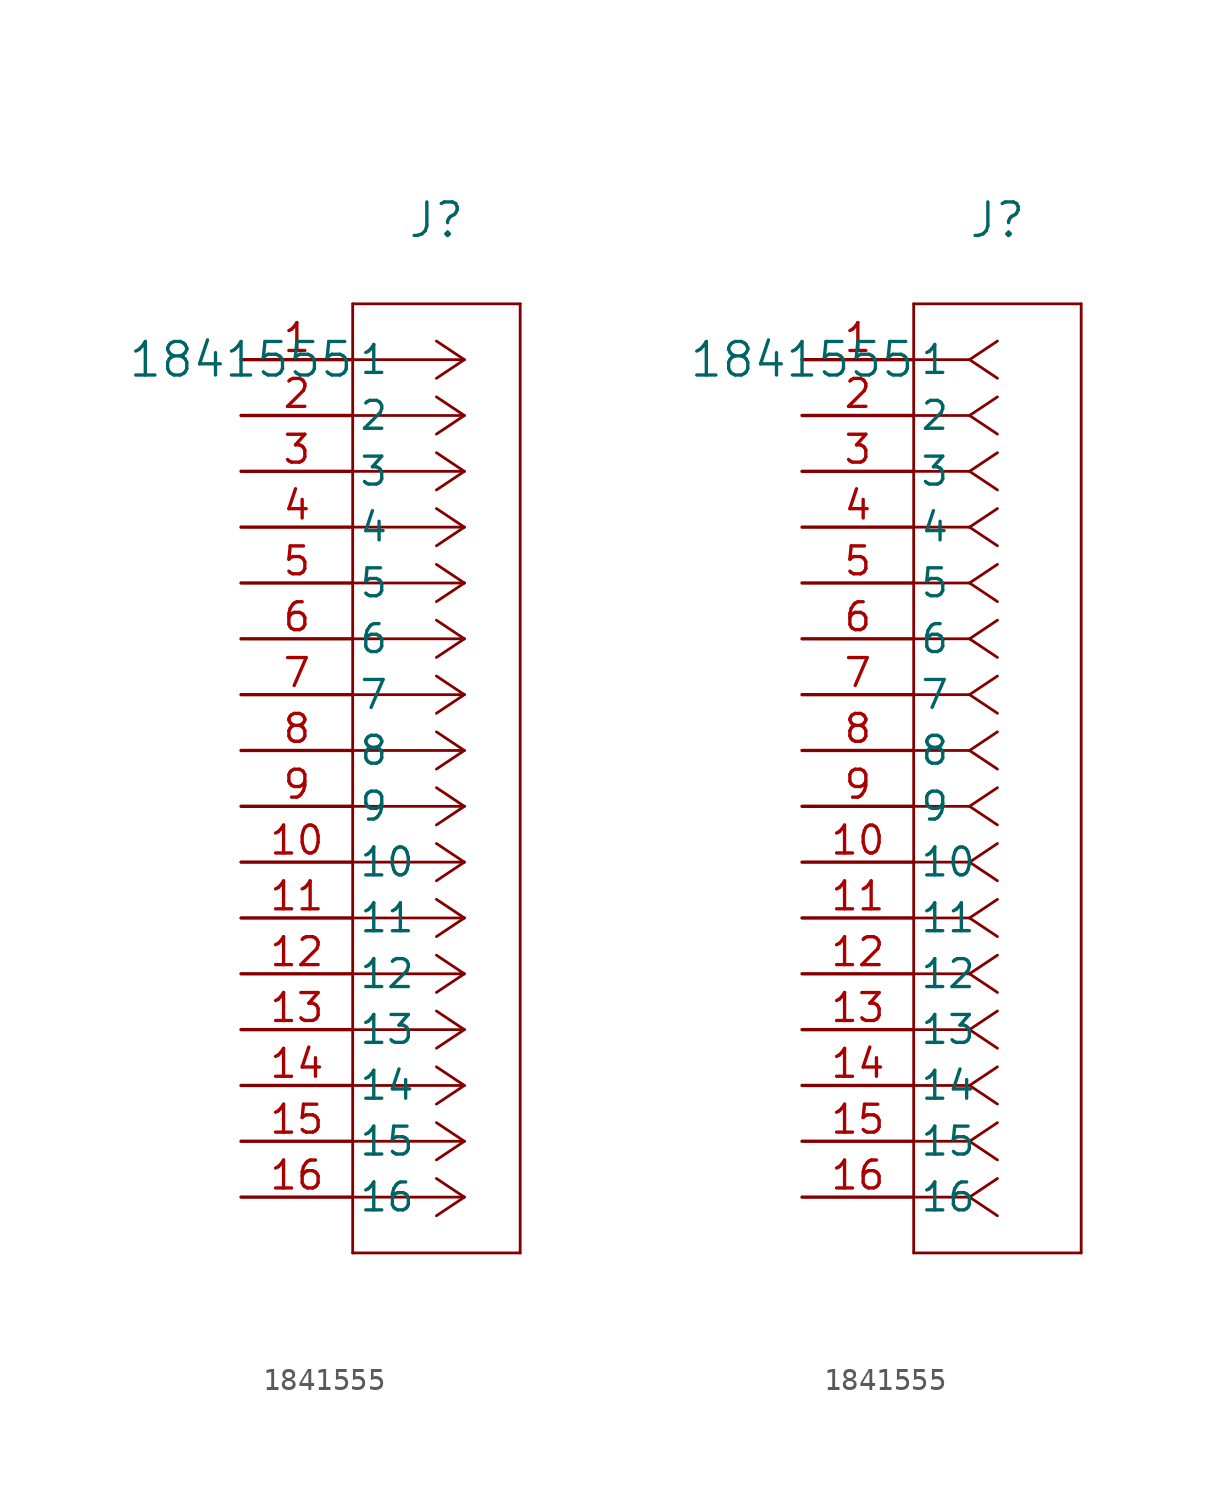
<source format=kicad_sym>
(kicad_symbol_lib
  (version 20211014)
  (generator kicad_symbol_editor)
  (symbol "1841555"
    (pin_names
      (offset 0.254))
    (property "Reference" "J"
      (at 8.89 6.35 0)
      (effects (font (size 1.524 1.524))))
    (property "Value" "1841555"
      (at 0 0 0)
      (effects (font (size 1.524 1.524))))
    (symbol "1841555_1_1"
      (polyline (pts (xy 10.16 0) (xy 5.08 0)) (stroke (width 0.127) (type default) (color 0 0 0 0)) (fill (type none)))
      (polyline (pts (xy 10.16 -2.54) (xy 5.08 -2.54)) (stroke (width 0.127) (type default) (color 0 0 0 0)) (fill (type none)))
      (polyline (pts (xy 10.16 -5.08) (xy 5.08 -5.08)) (stroke (width 0.127) (type default) (color 0 0 0 0)) (fill (type none)))
      (polyline (pts (xy 10.16 -7.62) (xy 5.08 -7.62)) (stroke (width 0.127) (type default) (color 0 0 0 0)) (fill (type none)))
      (polyline (pts (xy 10.16 -10.16) (xy 5.08 -10.16)) (stroke (width 0.127) (type default) (color 0 0 0 0)) (fill (type none)))
      (polyline (pts (xy 10.16 -12.7) (xy 5.08 -12.7)) (stroke (width 0.127) (type default) (color 0 0 0 0)) (fill (type none)))
      (polyline (pts (xy 10.16 -15.24) (xy 5.08 -15.24)) (stroke (width 0.127) (type default) (color 0 0 0 0)) (fill (type none)))
      (polyline (pts (xy 10.16 -17.78) (xy 5.08 -17.78)) (stroke (width 0.127) (type default) (color 0 0 0 0)) (fill (type none)))
      (polyline (pts (xy 10.16 -20.32) (xy 5.08 -20.32)) (stroke (width 0.127) (type default) (color 0 0 0 0)) (fill (type none)))
      (polyline (pts (xy 10.16 -22.86) (xy 5.08 -22.86)) (stroke (width 0.127) (type default) (color 0 0 0 0)) (fill (type none)))
      (polyline (pts (xy 10.16 -25.4) (xy 5.08 -25.4)) (stroke (width 0.127) (type default) (color 0 0 0 0)) (fill (type none)))
      (polyline (pts (xy 10.16 -27.94) (xy 5.08 -27.94)) (stroke (width 0.127) (type default) (color 0 0 0 0)) (fill (type none)))
      (polyline (pts (xy 10.16 -30.48) (xy 5.08 -30.48)) (stroke (width 0.127) (type default) (color 0 0 0 0)) (fill (type none)))
      (polyline (pts (xy 10.16 -33.02) (xy 5.08 -33.02)) (stroke (width 0.127) (type default) (color 0 0 0 0)) (fill (type none)))
      (polyline (pts (xy 10.16 -35.56) (xy 5.08 -35.56)) (stroke (width 0.127) (type default) (color 0 0 0 0)) (fill (type none)))
      (polyline (pts (xy 10.16 -38.1) (xy 5.08 -38.1)) (stroke (width 0.127) (type default) (color 0 0 0 0)) (fill (type none)))
      (polyline (pts (xy 10.16 0) (xy 8.89 0.847)) (stroke (width 0.127) (type default) (color 0 0 0 0)) (fill (type none)))
      (polyline (pts (xy 10.16 -2.54) (xy 8.89 -1.693)) (stroke (width 0.127) (type default) (color 0 0 0 0)) (fill (type none)))
      (polyline (pts (xy 10.16 -5.08) (xy 8.89 -4.233)) (stroke (width 0.127) (type default) (color 0 0 0 0)) (fill (type none)))
      (polyline (pts (xy 10.16 -7.62) (xy 8.89 -6.773)) (stroke (width 0.127) (type default) (color 0 0 0 0)) (fill (type none)))
      (polyline (pts (xy 10.16 -10.16) (xy 8.89 -9.313)) (stroke (width 0.127) (type default) (color 0 0 0 0)) (fill (type none)))
      (polyline (pts (xy 10.16 -12.7) (xy 8.89 -11.853)) (stroke (width 0.127) (type default) (color 0 0 0 0)) (fill (type none)))
      (polyline (pts (xy 10.16 -15.24) (xy 8.89 -14.393)) (stroke (width 0.127) (type default) (color 0 0 0 0)) (fill (type none)))
      (polyline (pts (xy 10.16 -17.78) (xy 8.89 -16.933)) (stroke (width 0.127) (type default) (color 0 0 0 0)) (fill (type none)))
      (polyline (pts (xy 10.16 -20.32) (xy 8.89 -19.473)) (stroke (width 0.127) (type default) (color 0 0 0 0)) (fill (type none)))
      (polyline (pts (xy 10.16 -22.86) (xy 8.89 -22.013)) (stroke (width 0.127) (type default) (color 0 0 0 0)) (fill (type none)))
      (polyline (pts (xy 10.16 -25.4) (xy 8.89 -24.553)) (stroke (width 0.127) (type default) (color 0 0 0 0)) (fill (type none)))
      (polyline (pts (xy 10.16 -27.94) (xy 8.89 -27.093)) (stroke (width 0.127) (type default) (color 0 0 0 0)) (fill (type none)))
      (polyline (pts (xy 10.16 -30.48) (xy 8.89 -29.633)) (stroke (width 0.127) (type default) (color 0 0 0 0)) (fill (type none)))
      (polyline (pts (xy 10.16 -33.02) (xy 8.89 -32.173)) (stroke (width 0.127) (type default) (color 0 0 0 0)) (fill (type none)))
      (polyline (pts (xy 10.16 -35.56) (xy 8.89 -34.713)) (stroke (width 0.127) (type default) (color 0 0 0 0)) (fill (type none)))
      (polyline (pts (xy 10.16 -38.1) (xy 8.89 -37.253)) (stroke (width 0.127) (type default) (color 0 0 0 0)) (fill (type none)))
      (polyline (pts (xy 10.16 0) (xy 8.89 -0.847)) (stroke (width 0.127) (type default) (color 0 0 0 0)) (fill (type none)))
      (polyline (pts (xy 10.16 -2.54) (xy 8.89 -3.387)) (stroke (width 0.127) (type default) (color 0 0 0 0)) (fill (type none)))
      (polyline (pts (xy 10.16 -5.08) (xy 8.89 -5.927)) (stroke (width 0.127) (type default) (color 0 0 0 0)) (fill (type none)))
      (polyline (pts (xy 10.16 -7.62) (xy 8.89 -8.467)) (stroke (width 0.127) (type default) (color 0 0 0 0)) (fill (type none)))
      (polyline (pts (xy 10.16 -10.16) (xy 8.89 -11.007)) (stroke (width 0.127) (type default) (color 0 0 0 0)) (fill (type none)))
      (polyline (pts (xy 10.16 -12.7) (xy 8.89 -13.547)) (stroke (width 0.127) (type default) (color 0 0 0 0)) (fill (type none)))
      (polyline (pts (xy 10.16 -15.24) (xy 8.89 -16.087)) (stroke (width 0.127) (type default) (color 0 0 0 0)) (fill (type none)))
      (polyline (pts (xy 10.16 -17.78) (xy 8.89 -18.627)) (stroke (width 0.127) (type default) (color 0 0 0 0)) (fill (type none)))
      (polyline (pts (xy 10.16 -20.32) (xy 8.89 -21.167)) (stroke (width 0.127) (type default) (color 0 0 0 0)) (fill (type none)))
      (polyline (pts (xy 10.16 -22.86) (xy 8.89 -23.707)) (stroke (width 0.127) (type default) (color 0 0 0 0)) (fill (type none)))
      (polyline (pts (xy 10.16 -25.4) (xy 8.89 -26.247)) (stroke (width 0.127) (type default) (color 0 0 0 0)) (fill (type none)))
      (polyline (pts (xy 10.16 -27.94) (xy 8.89 -28.787)) (stroke (width 0.127) (type default) (color 0 0 0 0)) (fill (type none)))
      (polyline (pts (xy 10.16 -30.48) (xy 8.89 -31.327)) (stroke (width 0.127) (type default) (color 0 0 0 0)) (fill (type none)))
      (polyline (pts (xy 10.16 -33.02) (xy 8.89 -33.867)) (stroke (width 0.127) (type default) (color 0 0 0 0)) (fill (type none)))
      (polyline (pts (xy 10.16 -35.56) (xy 8.89 -36.407)) (stroke (width 0.127) (type default) (color 0 0 0 0)) (fill (type none)))
      (polyline (pts (xy 10.16 -38.1) (xy 8.89 -38.947)) (stroke (width 0.127) (type default) (color 0 0 0 0)) (fill (type none)))
      (polyline (pts (xy 5.08 2.54) (xy 5.08 -40.64)) (stroke (width 0.127) (type default) (color 0 0 0 0)) (fill (type none)))
      (polyline (pts (xy 5.08 -40.64) (xy 12.7 -40.64)) (stroke (width 0.127) (type default) (color 0 0 0 0)) (fill (type none)))
      (polyline (pts (xy 12.7 -40.64) (xy 12.7 2.54)) (stroke (width 0.127) (type default) (color 0 0 0 0)) (fill (type none)))
      (polyline (pts (xy 12.7 2.54) (xy 5.08 2.54)) (stroke (width 0.127) (type default) (color 0 0 0 0)) (fill (type none)))
      (pin unspecified line (at 0 0 0) (length 5.08) (name "1" (effects (font (size 1.27 1.27)))) (number "1" (effects (font (size 1.27 1.27)))))
      (pin unspecified line (at 0 -2.54 0) (length 5.08) (name "2" (effects (font (size 1.27 1.27)))) (number "2" (effects (font (size 1.27 1.27)))))
      (pin unspecified line (at 0 -5.08 0) (length 5.08) (name "3" (effects (font (size 1.27 1.27)))) (number "3" (effects (font (size 1.27 1.27)))))
      (pin unspecified line (at 0 -7.62 0) (length 5.08) (name "4" (effects (font (size 1.27 1.27)))) (number "4" (effects (font (size 1.27 1.27)))))
      (pin unspecified line (at 0 -10.16 0) (length 5.08) (name "5" (effects (font (size 1.27 1.27)))) (number "5" (effects (font (size 1.27 1.27)))))
      (pin unspecified line (at 0 -12.7 0) (length 5.08) (name "6" (effects (font (size 1.27 1.27)))) (number "6" (effects (font (size 1.27 1.27)))))
      (pin unspecified line (at 0 -15.24 0) (length 5.08) (name "7" (effects (font (size 1.27 1.27)))) (number "7" (effects (font (size 1.27 1.27)))))
      (pin unspecified line (at 0 -17.78 0) (length 5.08) (name "8" (effects (font (size 1.27 1.27)))) (number "8" (effects (font (size 1.27 1.27)))))
      (pin unspecified line (at 0 -20.32 0) (length 5.08) (name "9" (effects (font (size 1.27 1.27)))) (number "9" (effects (font (size 1.27 1.27)))))
      (pin unspecified line (at 0 -22.86 0) (length 5.08) (name "10" (effects (font (size 1.27 1.27)))) (number "10" (effects (font (size 1.27 1.27)))))
      (pin unspecified line (at 0 -25.4 0) (length 5.08) (name "11" (effects (font (size 1.27 1.27)))) (number "11" (effects (font (size 1.27 1.27)))))
      (pin unspecified line (at 0 -27.94 0) (length 5.08) (name "12" (effects (font (size 1.27 1.27)))) (number "12" (effects (font (size 1.27 1.27)))))
      (pin unspecified line (at 0 -30.48 0) (length 5.08) (name "13" (effects (font (size 1.27 1.27)))) (number "13" (effects (font (size 1.27 1.27)))))
      (pin unspecified line (at 0 -33.02 0) (length 5.08) (name "14" (effects (font (size 1.27 1.27)))) (number "14" (effects (font (size 1.27 1.27)))))
      (pin unspecified line (at 0 -35.56 0) (length 5.08) (name "15" (effects (font (size 1.27 1.27)))) (number "15" (effects (font (size 1.27 1.27)))))
      (pin unspecified line (at 0 -38.1 0) (length 5.08) (name "16" (effects (font (size 1.27 1.27)))) (number "16" (effects (font (size 1.27 1.27))))))
    (symbol "1841555_1_2"
      (polyline (pts (xy 7.62 0) (xy 5.08 0)) (stroke (width 0.127) (type default) (color 0 0 0 0)) (fill (type none)))
      (polyline (pts (xy 7.62 -2.54) (xy 5.08 -2.54)) (stroke (width 0.127) (type default) (color 0 0 0 0)) (fill (type none)))
      (polyline (pts (xy 7.62 -5.08) (xy 5.08 -5.08)) (stroke (width 0.127) (type default) (color 0 0 0 0)) (fill (type none)))
      (polyline (pts (xy 7.62 -7.62) (xy 5.08 -7.62)) (stroke (width 0.127) (type default) (color 0 0 0 0)) (fill (type none)))
      (polyline (pts (xy 7.62 -10.16) (xy 5.08 -10.16)) (stroke (width 0.127) (type default) (color 0 0 0 0)) (fill (type none)))
      (polyline (pts (xy 7.62 -12.7) (xy 5.08 -12.7)) (stroke (width 0.127) (type default) (color 0 0 0 0)) (fill (type none)))
      (polyline (pts (xy 7.62 -15.24) (xy 5.08 -15.24)) (stroke (width 0.127) (type default) (color 0 0 0 0)) (fill (type none)))
      (polyline (pts (xy 7.62 -17.78) (xy 5.08 -17.78)) (stroke (width 0.127) (type default) (color 0 0 0 0)) (fill (type none)))
      (polyline (pts (xy 7.62 -20.32) (xy 5.08 -20.32)) (stroke (width 0.127) (type default) (color 0 0 0 0)) (fill (type none)))
      (polyline (pts (xy 7.62 -22.86) (xy 5.08 -22.86)) (stroke (width 0.127) (type default) (color 0 0 0 0)) (fill (type none)))
      (polyline (pts (xy 7.62 -25.4) (xy 5.08 -25.4)) (stroke (width 0.127) (type default) (color 0 0 0 0)) (fill (type none)))
      (polyline (pts (xy 7.62 -27.94) (xy 5.08 -27.94)) (stroke (width 0.127) (type default) (color 0 0 0 0)) (fill (type none)))
      (polyline (pts (xy 7.62 -30.48) (xy 5.08 -30.48)) (stroke (width 0.127) (type default) (color 0 0 0 0)) (fill (type none)))
      (polyline (pts (xy 7.62 -33.02) (xy 5.08 -33.02)) (stroke (width 0.127) (type default) (color 0 0 0 0)) (fill (type none)))
      (polyline (pts (xy 7.62 -35.56) (xy 5.08 -35.56)) (stroke (width 0.127) (type default) (color 0 0 0 0)) (fill (type none)))
      (polyline (pts (xy 7.62 -38.1) (xy 5.08 -38.1)) (stroke (width 0.127) (type default) (color 0 0 0 0)) (fill (type none)))
      (polyline (pts (xy 7.62 0) (xy 8.89 0.847)) (stroke (width 0.127) (type default) (color 0 0 0 0)) (fill (type none)))
      (polyline (pts (xy 7.62 -2.54) (xy 8.89 -1.693)) (stroke (width 0.127) (type default) (color 0 0 0 0)) (fill (type none)))
      (polyline (pts (xy 7.62 -5.08) (xy 8.89 -4.233)) (stroke (width 0.127) (type default) (color 0 0 0 0)) (fill (type none)))
      (polyline (pts (xy 7.62 -7.62) (xy 8.89 -6.773)) (stroke (width 0.127) (type default) (color 0 0 0 0)) (fill (type none)))
      (polyline (pts (xy 7.62 -10.16) (xy 8.89 -9.313)) (stroke (width 0.127) (type default) (color 0 0 0 0)) (fill (type none)))
      (polyline (pts (xy 7.62 -12.7) (xy 8.89 -11.853)) (stroke (width 0.127) (type default) (color 0 0 0 0)) (fill (type none)))
      (polyline (pts (xy 7.62 -15.24) (xy 8.89 -14.393)) (stroke (width 0.127) (type default) (color 0 0 0 0)) (fill (type none)))
      (polyline (pts (xy 7.62 -17.78) (xy 8.89 -16.933)) (stroke (width 0.127) (type default) (color 0 0 0 0)) (fill (type none)))
      (polyline (pts (xy 7.62 -20.32) (xy 8.89 -19.473)) (stroke (width 0.127) (type default) (color 0 0 0 0)) (fill (type none)))
      (polyline (pts (xy 7.62 -22.86) (xy 8.89 -22.013)) (stroke (width 0.127) (type default) (color 0 0 0 0)) (fill (type none)))
      (polyline (pts (xy 7.62 -25.4) (xy 8.89 -24.553)) (stroke (width 0.127) (type default) (color 0 0 0 0)) (fill (type none)))
      (polyline (pts (xy 7.62 -27.94) (xy 8.89 -27.093)) (stroke (width 0.127) (type default) (color 0 0 0 0)) (fill (type none)))
      (polyline (pts (xy 7.62 -30.48) (xy 8.89 -29.633)) (stroke (width 0.127) (type default) (color 0 0 0 0)) (fill (type none)))
      (polyline (pts (xy 7.62 -33.02) (xy 8.89 -32.173)) (stroke (width 0.127) (type default) (color 0 0 0 0)) (fill (type none)))
      (polyline (pts (xy 7.62 -35.56) (xy 8.89 -34.713)) (stroke (width 0.127) (type default) (color 0 0 0 0)) (fill (type none)))
      (polyline (pts (xy 7.62 -38.1) (xy 8.89 -37.253)) (stroke (width 0.127) (type default) (color 0 0 0 0)) (fill (type none)))
      (polyline (pts (xy 7.62 0) (xy 8.89 -0.847)) (stroke (width 0.127) (type default) (color 0 0 0 0)) (fill (type none)))
      (polyline (pts (xy 7.62 -2.54) (xy 8.89 -3.387)) (stroke (width 0.127) (type default) (color 0 0 0 0)) (fill (type none)))
      (polyline (pts (xy 7.62 -5.08) (xy 8.89 -5.927)) (stroke (width 0.127) (type default) (color 0 0 0 0)) (fill (type none)))
      (polyline (pts (xy 7.62 -7.62) (xy 8.89 -8.467)) (stroke (width 0.127) (type default) (color 0 0 0 0)) (fill (type none)))
      (polyline (pts (xy 7.62 -10.16) (xy 8.89 -11.007)) (stroke (width 0.127) (type default) (color 0 0 0 0)) (fill (type none)))
      (polyline (pts (xy 7.62 -12.7) (xy 8.89 -13.547)) (stroke (width 0.127) (type default) (color 0 0 0 0)) (fill (type none)))
      (polyline (pts (xy 7.62 -15.24) (xy 8.89 -16.087)) (stroke (width 0.127) (type default) (color 0 0 0 0)) (fill (type none)))
      (polyline (pts (xy 7.62 -17.78) (xy 8.89 -18.627)) (stroke (width 0.127) (type default) (color 0 0 0 0)) (fill (type none)))
      (polyline (pts (xy 7.62 -20.32) (xy 8.89 -21.167)) (stroke (width 0.127) (type default) (color 0 0 0 0)) (fill (type none)))
      (polyline (pts (xy 7.62 -22.86) (xy 8.89 -23.707)) (stroke (width 0.127) (type default) (color 0 0 0 0)) (fill (type none)))
      (polyline (pts (xy 7.62 -25.4) (xy 8.89 -26.247)) (stroke (width 0.127) (type default) (color 0 0 0 0)) (fill (type none)))
      (polyline (pts (xy 7.62 -27.94) (xy 8.89 -28.787)) (stroke (width 0.127) (type default) (color 0 0 0 0)) (fill (type none)))
      (polyline (pts (xy 7.62 -30.48) (xy 8.89 -31.327)) (stroke (width 0.127) (type default) (color 0 0 0 0)) (fill (type none)))
      (polyline (pts (xy 7.62 -33.02) (xy 8.89 -33.867)) (stroke (width 0.127) (type default) (color 0 0 0 0)) (fill (type none)))
      (polyline (pts (xy 7.62 -35.56) (xy 8.89 -36.407)) (stroke (width 0.127) (type default) (color 0 0 0 0)) (fill (type none)))
      (polyline (pts (xy 7.62 -38.1) (xy 8.89 -38.947)) (stroke (width 0.127) (type default) (color 0 0 0 0)) (fill (type none)))
      (polyline (pts (xy 5.08 2.54) (xy 5.08 -40.64)) (stroke (width 0.127) (type default) (color 0 0 0 0)) (fill (type none)))
      (polyline (pts (xy 5.08 -40.64) (xy 12.7 -40.64)) (stroke (width 0.127) (type default) (color 0 0 0 0)) (fill (type none)))
      (polyline (pts (xy 12.7 -40.64) (xy 12.7 2.54)) (stroke (width 0.127) (type default) (color 0 0 0 0)) (fill (type none)))
      (polyline (pts (xy 12.7 2.54) (xy 5.08 2.54)) (stroke (width 0.127) (type default) (color 0 0 0 0)) (fill (type none)))
      (pin unspecified line (at 0 0 0) (length 5.08) (name "1" (effects (font (size 1.27 1.27)))) (number "1" (effects (font (size 1.27 1.27)))))
      (pin unspecified line (at 0 -2.54 0) (length 5.08) (name "2" (effects (font (size 1.27 1.27)))) (number "2" (effects (font (size 1.27 1.27)))))
      (pin unspecified line (at 0 -5.08 0) (length 5.08) (name "3" (effects (font (size 1.27 1.27)))) (number "3" (effects (font (size 1.27 1.27)))))
      (pin unspecified line (at 0 -7.62 0) (length 5.08) (name "4" (effects (font (size 1.27 1.27)))) (number "4" (effects (font (size 1.27 1.27)))))
      (pin unspecified line (at 0 -10.16 0) (length 5.08) (name "5" (effects (font (size 1.27 1.27)))) (number "5" (effects (font (size 1.27 1.27)))))
      (pin unspecified line (at 0 -12.7 0) (length 5.08) (name "6" (effects (font (size 1.27 1.27)))) (number "6" (effects (font (size 1.27 1.27)))))
      (pin unspecified line (at 0 -15.24 0) (length 5.08) (name "7" (effects (font (size 1.27 1.27)))) (number "7" (effects (font (size 1.27 1.27)))))
      (pin unspecified line (at 0 -17.78 0) (length 5.08) (name "8" (effects (font (size 1.27 1.27)))) (number "8" (effects (font (size 1.27 1.27)))))
      (pin unspecified line (at 0 -20.32 0) (length 5.08) (name "9" (effects (font (size 1.27 1.27)))) (number "9" (effects (font (size 1.27 1.27)))))
      (pin unspecified line (at 0 -22.86 0) (length 5.08) (name "10" (effects (font (size 1.27 1.27)))) (number "10" (effects (font (size 1.27 1.27)))))
      (pin unspecified line (at 0 -25.4 0) (length 5.08) (name "11" (effects (font (size 1.27 1.27)))) (number "11" (effects (font (size 1.27 1.27)))))
      (pin unspecified line (at 0 -27.94 0) (length 5.08) (name "12" (effects (font (size 1.27 1.27)))) (number "12" (effects (font (size 1.27 1.27)))))
      (pin unspecified line (at 0 -30.48 0) (length 5.08) (name "13" (effects (font (size 1.27 1.27)))) (number "13" (effects (font (size 1.27 1.27)))))
      (pin unspecified line (at 0 -33.02 0) (length 5.08) (name "14" (effects (font (size 1.27 1.27)))) (number "14" (effects (font (size 1.27 1.27)))))
      (pin unspecified line (at 0 -35.56 0) (length 5.08) (name "15" (effects (font (size 1.27 1.27)))) (number "15" (effects (font (size 1.27 1.27)))))
      (pin unspecified line (at 0 -38.1 0) (length 5.08) (name "16" (effects (font (size 1.27 1.27)))) (number "16" (effects (font (size 1.27 1.27))))))))
</source>
